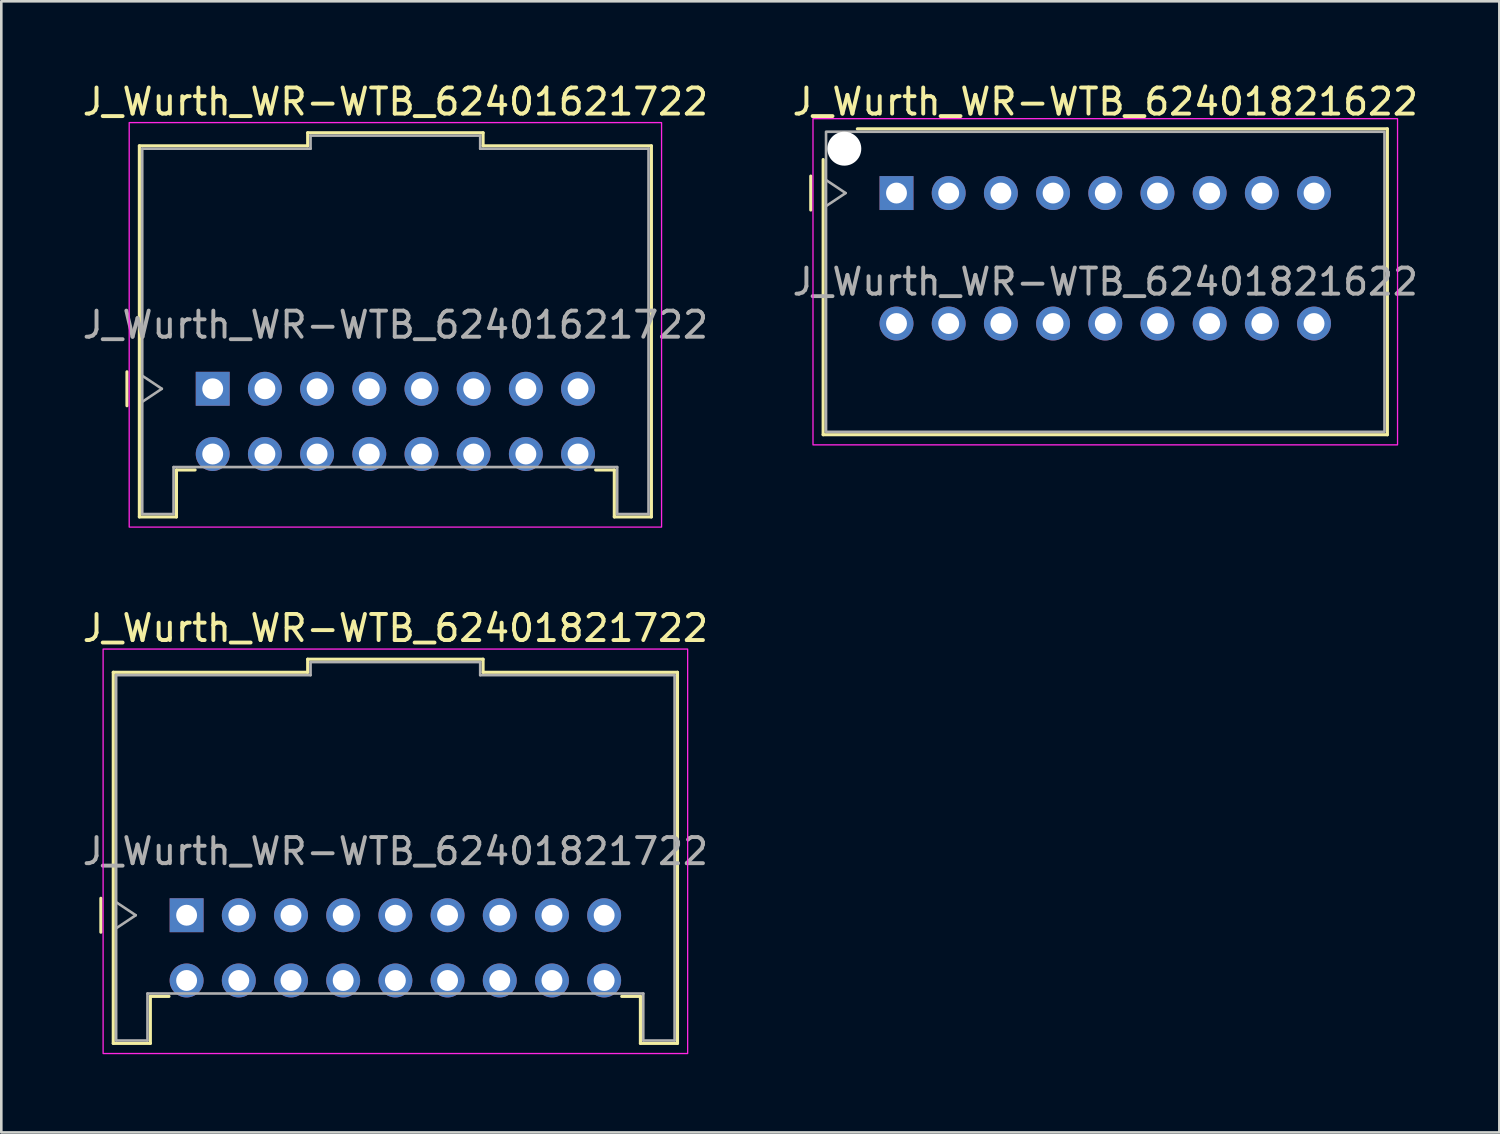
<source format=kicad_pcb>
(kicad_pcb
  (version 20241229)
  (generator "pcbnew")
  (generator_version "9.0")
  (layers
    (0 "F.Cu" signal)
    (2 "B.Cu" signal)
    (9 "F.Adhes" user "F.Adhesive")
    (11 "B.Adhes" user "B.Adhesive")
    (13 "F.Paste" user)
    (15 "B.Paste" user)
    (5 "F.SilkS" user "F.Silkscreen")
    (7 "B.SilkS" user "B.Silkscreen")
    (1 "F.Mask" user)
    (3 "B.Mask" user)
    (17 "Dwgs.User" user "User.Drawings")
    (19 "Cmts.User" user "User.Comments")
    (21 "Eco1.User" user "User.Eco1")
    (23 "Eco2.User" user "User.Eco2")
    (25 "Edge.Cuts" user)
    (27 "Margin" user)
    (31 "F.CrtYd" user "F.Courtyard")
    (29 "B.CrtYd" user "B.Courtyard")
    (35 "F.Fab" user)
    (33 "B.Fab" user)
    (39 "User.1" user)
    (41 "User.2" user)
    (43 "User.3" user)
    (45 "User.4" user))
  (footprint "J_Wurth_WR-WTB_62401821622"
    (layer "F.Cu")
    (at 31.304 4.348)
    (property "Reference" "J_Wurth_WR-WTB_62401821622" (at 8 -3.5 0) (unlocked yes) (layer "F.SilkS") (effects (font (size 1 1) (thickness 0.15))))
    (attr through_hole)
    (fp_line (start -3.285 -0.65) (end -3.285 0.65) (stroke (width 0.12) (type solid)) (layer "F.SilkS"))
    (fp_line (start -2.81 9.26) (end -2.81 -1.285) (stroke (width 0.12) (type default)) (layer "F.SilkS"))
    (fp_line (start -1.5 -2.46) (end 18.81 -2.46) (stroke (width 0.12) (type default)) (layer "F.SilkS"))
    (fp_line (start 18.81 -2.46) (end 18.81 9.26) (stroke (width 0.12) (type solid)) (layer "F.SilkS"))
    (fp_line (start 18.81 9.26) (end -2.81 9.26) (stroke (width 0.12) (type default)) (layer "F.SilkS"))
    (fp_rect (start -3.2 -2.85) (end 19.2 9.65) (stroke (width 0.05) (type solid)) (fill no) (layer "F.CrtYd"))
    (fp_line (start -1.95 0) (end -2.7 -0.5) (stroke (width 0.1) (type solid)) (layer "F.Fab"))
    (fp_line (start -1.95 0) (end -2.7 0.5) (stroke (width 0.1) (type solid)) (layer "F.Fab"))
    (fp_rect (start -2.7 -2.35) (end 18.7 9.15) (stroke (width 0.1) (type solid)) (fill no) (layer "F.Fab"))
    (fp_text user "${REFERENCE}" (at 8 3.4 0) (unlocked yes) (layer "F.Fab") (effects (font (size 1 1) (thickness 0.15))))
    (pad "" np_thru_hole circle (at -2 -1.7) (size 1.3 1.3) (drill 1.3) (layers "*.Cu" "*.Mask"))
    (pad "1" thru_hole rect (at 0 0) (size 1.3 1.3) (drill 0.8) (layers "*.Cu" "*.Mask"))
    (pad "2" thru_hole circle (at 0 5) (size 1.3 1.3) (drill 0.8) (layers "*.Cu" "*.Mask"))
    (pad "3" thru_hole circle (at 2 0) (size 1.3 1.3) (drill 0.8) (layers "*.Cu" "*.Mask"))
    (pad "4" thru_hole circle (at 2 5) (size 1.3 1.3) (drill 0.8) (layers "*.Cu" "*.Mask"))
    (pad "5" thru_hole circle (at 4 0) (size 1.3 1.3) (drill 0.8) (layers "*.Cu" "*.Mask"))
    (pad "6" thru_hole circle (at 4 5) (size 1.3 1.3) (drill 0.8) (layers "*.Cu" "*.Mask"))
    (pad "7" thru_hole circle (at 6 0) (size 1.3 1.3) (drill 0.8) (layers "*.Cu" "*.Mask"))
    (pad "8" thru_hole circle (at 6 5) (size 1.3 1.3) (drill 0.8) (layers "*.Cu" "*.Mask"))
    (pad "9" thru_hole circle (at 8 0) (size 1.3 1.3) (drill 0.8) (layers "*.Cu" "*.Mask"))
    (pad "10" thru_hole circle (at 8 5) (size 1.3 1.3) (drill 0.8) (layers "*.Cu" "*.Mask"))
    (pad "11" thru_hole circle (at 10 0) (size 1.3 1.3) (drill 0.8) (layers "*.Cu" "*.Mask"))
    (pad "12" thru_hole circle (at 10 5) (size 1.3 1.3) (drill 0.8) (layers "*.Cu" "*.Mask"))
    (pad "13" thru_hole circle (at 12 0) (size 1.3 1.3) (drill 0.8) (layers "*.Cu" "*.Mask"))
    (pad "14" thru_hole circle (at 12 5) (size 1.3 1.3) (drill 0.8) (layers "*.Cu" "*.Mask"))
    (pad "15" thru_hole circle (at 14 0) (size 1.3 1.3) (drill 0.8) (layers "*.Cu" "*.Mask"))
    (pad "16" thru_hole circle (at 14 5) (size 1.3 1.3) (drill 0.8) (layers "*.Cu" "*.Mask"))
    (pad "17" thru_hole circle (at 16 0) (size 1.3 1.3) (drill 0.8) (layers "*.Cu" "*.Mask"))
    (pad "18" thru_hole circle (at 16 5) (size 1.3 1.3) (drill 0.8) (layers "*.Cu" "*.Mask")))
  (footprint "J_Wurth_WR-WTB_62401821722"
    (layer "F.Cu")
    (at 4.101 32.022)
    (property "Reference" "J_Wurth_WR-WTB_62401821722" (at 8 -11 0) (unlocked yes) (layer "F.SilkS") (effects (font (size 1 1) (thickness 0.15))))
    (attr through_hole)
    (fp_line (start -3.285 -0.65) (end -3.285 0.65) (stroke (width 0.12) (type solid)) (layer "F.SilkS"))
    (fp_line (start -2.81 -9.31) (end 4.64 -9.31) (stroke (width 0.12) (type solid)) (layer "F.SilkS"))
    (fp_line (start -2.81 4.91) (end -2.81 -9.31) (stroke (width 0.12) (type default)) (layer "F.SilkS"))
    (fp_line (start -2.81 4.91) (end -1.39 4.91) (stroke (width 0.12) (type solid)) (layer "F.SilkS"))
    (fp_line (start -1.39 4.91) (end -1.39 3.11) (stroke (width 0.12) (type solid)) (layer "F.SilkS"))
    (fp_line (start -0.675 3.11) (end -1.39 3.11) (stroke (width 0.12) (type default)) (layer "F.SilkS"))
    (fp_line (start 4.64 -9.31) (end 4.64 -9.81) (stroke (width 0.12) (type solid)) (layer "F.SilkS"))
    (fp_line (start 11.36 -9.81) (end 4.64 -9.81) (stroke (width 0.12) (type default)) (layer "F.SilkS"))
    (fp_line (start 11.36 -9.31) (end 11.36 -9.81) (stroke (width 0.12) (type solid)) (layer "F.SilkS"))
    (fp_line (start 17.39 3.11) (end 16.675 3.11) (stroke (width 0.12) (type default)) (layer "F.SilkS"))
    (fp_line (start 17.39 4.91) (end 17.39 3.11) (stroke (width 0.12) (type solid)) (layer "F.SilkS"))
    (fp_line (start 18.81 -9.31) (end 11.36 -9.31) (stroke (width 0.12) (type solid)) (layer "F.SilkS"))
    (fp_line (start 18.81 -9.31) (end 18.81 4.91) (stroke (width 0.12) (type default)) (layer "F.SilkS"))
    (fp_line (start 18.81 4.91) (end 17.39 4.91) (stroke (width 0.12) (type solid)) (layer "F.SilkS"))
    (fp_rect (start -3.2 -10.2) (end 19.2 5.3) (stroke (width 0.05) (type solid)) (fill no) (layer "F.CrtYd"))
    (fp_line (start -2.7 -9.2) (end 4.75 -9.2) (stroke (width 0.1) (type solid)) (layer "F.Fab"))
    (fp_line (start -2.7 4.8) (end -2.7 -9.2) (stroke (width 0.1) (type default)) (layer "F.Fab"))
    (fp_line (start -2.7 4.8) (end -1.5 4.8) (stroke (width 0.1) (type solid)) (layer "F.Fab"))
    (fp_line (start -1.95 0) (end -2.7 -0.5) (stroke (width 0.1) (type solid)) (layer "F.Fab"))
    (fp_line (start -1.95 0) (end -2.7 0.5) (stroke (width 0.1) (type solid)) (layer "F.Fab"))
    (fp_line (start -1.5 4.8) (end -1.5 3) (stroke (width 0.1) (type solid)) (layer "F.Fab"))
    (fp_line (start 4.75 -9.2) (end 4.75 -9.7) (stroke (width 0.1) (type solid)) (layer "F.Fab"))
    (fp_line (start 11.25 -9.7) (end 4.75 -9.7) (stroke (width 0.1) (type default)) (layer "F.Fab"))
    (fp_line (start 11.25 -9.2) (end 11.25 -9.7) (stroke (width 0.1) (type solid)) (layer "F.Fab"))
    (fp_line (start 17.5 3) (end -1.5 3) (stroke (width 0.1) (type default)) (layer "F.Fab"))
    (fp_line (start 17.5 4.8) (end 17.5 3) (stroke (width 0.1) (type solid)) (layer "F.Fab"))
    (fp_line (start 18.7 -9.2) (end 11.25 -9.2) (stroke (width 0.1) (type solid)) (layer "F.Fab"))
    (fp_line (start 18.7 -9.2) (end 18.7 4.8) (stroke (width 0.1) (type default)) (layer "F.Fab"))
    (fp_line (start 18.7 4.8) (end 17.5 4.8) (stroke (width 0.1) (type solid)) (layer "F.Fab"))
    (fp_text user "${REFERENCE}" (at 8 -2.45 0) (unlocked yes) (layer "F.Fab") (effects (font (size 1 1) (thickness 0.15))))
    (pad "1" thru_hole rect (at 0 0 180) (size 1.3 1.3) (drill 0.8) (layers "*.Cu" "*.Mask"))
    (pad "2" thru_hole circle (at 0 2.5 180) (size 1.3 1.3) (drill 0.8) (layers "*.Cu" "*.Mask"))
    (pad "3" thru_hole circle (at 2 0 180) (size 1.3 1.3) (drill 0.8) (layers "*.Cu" "*.Mask"))
    (pad "4" thru_hole circle (at 2 2.5 180) (size 1.3 1.3) (drill 0.8) (layers "*.Cu" "*.Mask"))
    (pad "5" thru_hole circle (at 4 0 180) (size 1.3 1.3) (drill 0.8) (layers "*.Cu" "*.Mask"))
    (pad "6" thru_hole circle (at 4 2.5 180) (size 1.3 1.3) (drill 0.8) (layers "*.Cu" "*.Mask"))
    (pad "7" thru_hole circle (at 6 2.5 180) (size 1.3 1.3) (drill 0.8) (layers "*.Cu" "*.Mask"))
    (pad "8" thru_hole circle (at 6 0 180) (size 1.3 1.3) (drill 0.8) (layers "*.Cu" "*.Mask"))
    (pad "9" thru_hole circle (at 8 2.5 180) (size 1.3 1.3) (drill 0.8) (layers "*.Cu" "*.Mask"))
    (pad "10" thru_hole circle (at 8 0 180) (size 1.3 1.3) (drill 0.8) (layers "*.Cu" "*.Mask"))
    (pad "11" thru_hole circle (at 10 2.5 180) (size 1.3 1.3) (drill 0.8) (layers "*.Cu" "*.Mask"))
    (pad "12" thru_hole circle (at 10 0 180) (size 1.3 1.3) (drill 0.8) (layers "*.Cu" "*.Mask"))
    (pad "13" thru_hole circle (at 12 2.5 180) (size 1.3 1.3) (drill 0.8) (layers "*.Cu" "*.Mask"))
    (pad "14" thru_hole circle (at 12 0 180) (size 1.3 1.3) (drill 0.8) (layers "*.Cu" "*.Mask"))
    (pad "15" thru_hole circle (at 14 2.5 180) (size 1.3 1.3) (drill 0.8) (layers "*.Cu" "*.Mask"))
    (pad "16" thru_hole circle (at 14 0 180) (size 1.3 1.3) (drill 0.8) (layers "*.Cu" "*.Mask"))
    (pad "17" thru_hole circle (at 16 2.5 180) (size 1.3 1.3) (drill 0.8) (layers "*.Cu" "*.Mask"))
    (pad "18" thru_hole circle (at 16 0 180) (size 1.3 1.3) (drill 0.8) (layers "*.Cu" "*.Mask")))
  (footprint "J_Wurth_WR-WTB_62401621722"
    (layer "F.Cu")
    (at 5.101 11.848)
    (property "Reference" "J_Wurth_WR-WTB_62401621722" (at 7 -11 0) (unlocked yes) (layer "F.SilkS") (effects (font (size 1 1) (thickness 0.15))))
    (attr through_hole)
    (fp_line (start -3.285 -0.65) (end -3.285 0.65) (stroke (width 0.12) (type solid)) (layer "F.SilkS"))
    (fp_line (start -2.81 -9.31) (end 3.64 -9.31) (stroke (width 0.12) (type solid)) (layer "F.SilkS"))
    (fp_line (start -2.81 4.91) (end -2.81 -9.31) (stroke (width 0.12) (type default)) (layer "F.SilkS"))
    (fp_line (start -2.81 4.91) (end -1.39 4.91) (stroke (width 0.12) (type solid)) (layer "F.SilkS"))
    (fp_line (start -1.39 4.91) (end -1.39 3.11) (stroke (width 0.12) (type solid)) (layer "F.SilkS"))
    (fp_line (start -0.675 3.11) (end -1.39 3.11) (stroke (width 0.12) (type default)) (layer "F.SilkS"))
    (fp_line (start 3.64 -9.31) (end 3.64 -9.81) (stroke (width 0.12) (type solid)) (layer "F.SilkS"))
    (fp_line (start 10.36 -9.81) (end 3.64 -9.81) (stroke (width 0.12) (type default)) (layer "F.SilkS"))
    (fp_line (start 10.36 -9.31) (end 10.36 -9.81) (stroke (width 0.12) (type solid)) (layer "F.SilkS"))
    (fp_line (start 15.39 3.11) (end 14.675 3.11) (stroke (width 0.12) (type default)) (layer "F.SilkS"))
    (fp_line (start 15.39 4.91) (end 15.39 3.11) (stroke (width 0.12) (type solid)) (layer "F.SilkS"))
    (fp_line (start 16.81 -9.31) (end 10.36 -9.31) (stroke (width 0.12) (type solid)) (layer "F.SilkS"))
    (fp_line (start 16.81 -9.31) (end 16.81 4.91) (stroke (width 0.12) (type default)) (layer "F.SilkS"))
    (fp_line (start 16.81 4.91) (end 15.39 4.91) (stroke (width 0.12) (type solid)) (layer "F.SilkS"))
    (fp_rect (start -3.2 -10.2) (end 17.2 5.3) (stroke (width 0.05) (type solid)) (fill no) (layer "F.CrtYd"))
    (fp_line (start -2.7 -9.2) (end 3.75 -9.2) (stroke (width 0.1) (type solid)) (layer "F.Fab"))
    (fp_line (start -2.7 4.8) (end -2.7 -9.2) (stroke (width 0.1) (type default)) (layer "F.Fab"))
    (fp_line (start -2.7 4.8) (end -1.5 4.8) (stroke (width 0.1) (type solid)) (layer "F.Fab"))
    (fp_line (start -1.95 0) (end -2.7 -0.5) (stroke (width 0.1) (type solid)) (layer "F.Fab"))
    (fp_line (start -1.95 0) (end -2.7 0.5) (stroke (width 0.1) (type solid)) (layer "F.Fab"))
    (fp_line (start -1.5 4.8) (end -1.5 3) (stroke (width 0.1) (type solid)) (layer "F.Fab"))
    (fp_line (start 3.75 -9.2) (end 3.75 -9.7) (stroke (width 0.1) (type solid)) (layer "F.Fab"))
    (fp_line (start 10.25 -9.7) (end 3.75 -9.7) (stroke (width 0.1) (type default)) (layer "F.Fab"))
    (fp_line (start 10.25 -9.2) (end 10.25 -9.7) (stroke (width 0.1) (type solid)) (layer "F.Fab"))
    (fp_line (start 15.5 3) (end -1.5 3) (stroke (width 0.1) (type default)) (layer "F.Fab"))
    (fp_line (start 15.5 4.8) (end 15.5 3) (stroke (width 0.1) (type solid)) (layer "F.Fab"))
    (fp_line (start 16.7 -9.2) (end 10.25 -9.2) (stroke (width 0.1) (type solid)) (layer "F.Fab"))
    (fp_line (start 16.7 -9.2) (end 16.7 4.8) (stroke (width 0.1) (type default)) (layer "F.Fab"))
    (fp_line (start 16.7 4.8) (end 15.5 4.8) (stroke (width 0.1) (type solid)) (layer "F.Fab"))
    (fp_text user "${REFERENCE}" (at 7 -2.45 0) (unlocked yes) (layer "F.Fab") (effects (font (size 1 1) (thickness 0.15))))
    (pad "1" thru_hole rect (at 0 0 180) (size 1.3 1.3) (drill 0.8) (layers "*.Cu" "*.Mask"))
    (pad "2" thru_hole circle (at 0 2.5 180) (size 1.3 1.3) (drill 0.8) (layers "*.Cu" "*.Mask"))
    (pad "3" thru_hole circle (at 2 0 180) (size 1.3 1.3) (drill 0.8) (layers "*.Cu" "*.Mask"))
    (pad "4" thru_hole circle (at 2 2.5 180) (size 1.3 1.3) (drill 0.8) (layers "*.Cu" "*.Mask"))
    (pad "5" thru_hole circle (at 4 0 180) (size 1.3 1.3) (drill 0.8) (layers "*.Cu" "*.Mask"))
    (pad "6" thru_hole circle (at 4 2.5 180) (size 1.3 1.3) (drill 0.8) (layers "*.Cu" "*.Mask"))
    (pad "7" thru_hole circle (at 6 2.5 180) (size 1.3 1.3) (drill 0.8) (layers "*.Cu" "*.Mask"))
    (pad "8" thru_hole circle (at 6 0 180) (size 1.3 1.3) (drill 0.8) (layers "*.Cu" "*.Mask"))
    (pad "9" thru_hole circle (at 8 2.5 180) (size 1.3 1.3) (drill 0.8) (layers "*.Cu" "*.Mask"))
    (pad "10" thru_hole circle (at 8 0 180) (size 1.3 1.3) (drill 0.8) (layers "*.Cu" "*.Mask"))
    (pad "11" thru_hole circle (at 10 2.5 180) (size 1.3 1.3) (drill 0.8) (layers "*.Cu" "*.Mask"))
    (pad "12" thru_hole circle (at 10 0 180) (size 1.3 1.3) (drill 0.8) (layers "*.Cu" "*.Mask"))
    (pad "13" thru_hole circle (at 12 2.5 180) (size 1.3 1.3) (drill 0.8) (layers "*.Cu" "*.Mask"))
    (pad "14" thru_hole circle (at 12 0 180) (size 1.3 1.3) (drill 0.8) (layers "*.Cu" "*.Mask"))
    (pad "15" thru_hole circle (at 14 2.5 180) (size 1.3 1.3) (drill 0.8) (layers "*.Cu" "*.Mask"))
    (pad "16" thru_hole circle (at 14 0 180) (size 1.3 1.3) (drill 0.8) (layers "*.Cu" "*.Mask")))
  (gr_rect
    (start -3 -3)
    (end 54.405 40.346)
    (stroke (width 0.1) (type default))
    (fill no)
    (layer "Edge.Cuts")))
</source>
